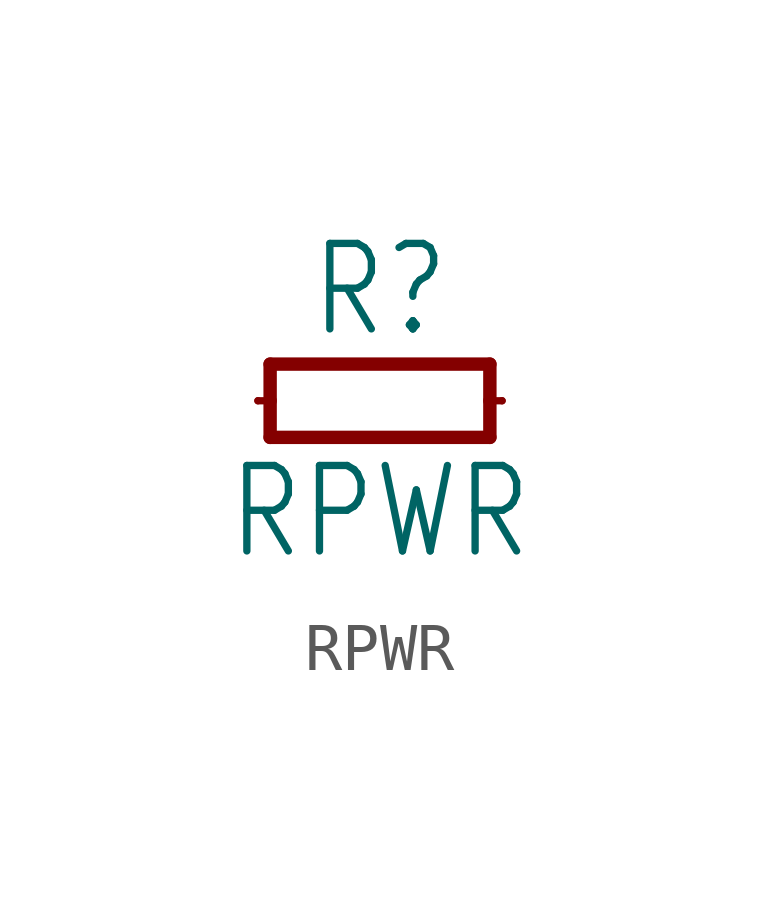
<source format=kicad_sym>
(kicad_symbol_lib
  (version 20211014)
  (generator kicad_symbol_editor)
  (symbol "RPWR"
    (property "Reference" "R"
      (at 0 1.27 0)
      (effects (font (size 1.778 1.511)) (justify bottom)))
    (property "Value" "RPWR"
      (at 0 -1.27 0)
      (effects (font (size 1.778 1.511)) (justify top)))
    (property "ki_locked" ""
      (at 0 0 0)
      (effects (font (size 1.27 1.27))))
    (symbol "RPWR_1_0"
      (polyline (pts (xy -2.54 0) (xy -2.286 0)) (stroke (width 0.152) (type default) (color 0 0 0 0)) (fill (type none)))
      (polyline (pts (xy -2.286 -0.762) (xy -2.286 0)) (stroke (width 0.279) (type default) (color 0 0 0 0)) (fill (type none)))
      (polyline (pts (xy -2.286 -0.762) (xy 2.286 -0.762)) (stroke (width 0.279) (type default) (color 0 0 0 0)) (fill (type none)))
      (polyline (pts (xy -2.286 0) (xy -2.286 0.762)) (stroke (width 0.279) (type default) (color 0 0 0 0)) (fill (type none)))
      (polyline (pts (xy -2.286 0.762) (xy 2.286 0.762)) (stroke (width 0.279) (type default) (color 0 0 0 0)) (fill (type none)))
      (polyline (pts (xy 2.286 0) (xy 2.286 -0.762)) (stroke (width 0.279) (type default) (color 0 0 0 0)) (fill (type none)))
      (polyline (pts (xy 2.286 0) (xy 2.54 0)) (stroke (width 0.152) (type default) (color 0 0 0 0)) (fill (type none)))
      (polyline (pts (xy 2.286 0.762) (xy 2.286 0)) (stroke (width 0.279) (type default) (color 0 0 0 0)) (fill (type none)))
      (pin passive line (at -2.54 0 0) (length 0) (name "1" (effects (font (size 0 0)))) (number "1" (effects (font (size 0 0)))))
      (pin passive line (at 2.54 0 180) (length 0) (name "2" (effects (font (size 0 0)))) (number "2" (effects (font (size 0 0))))))))
</source>
